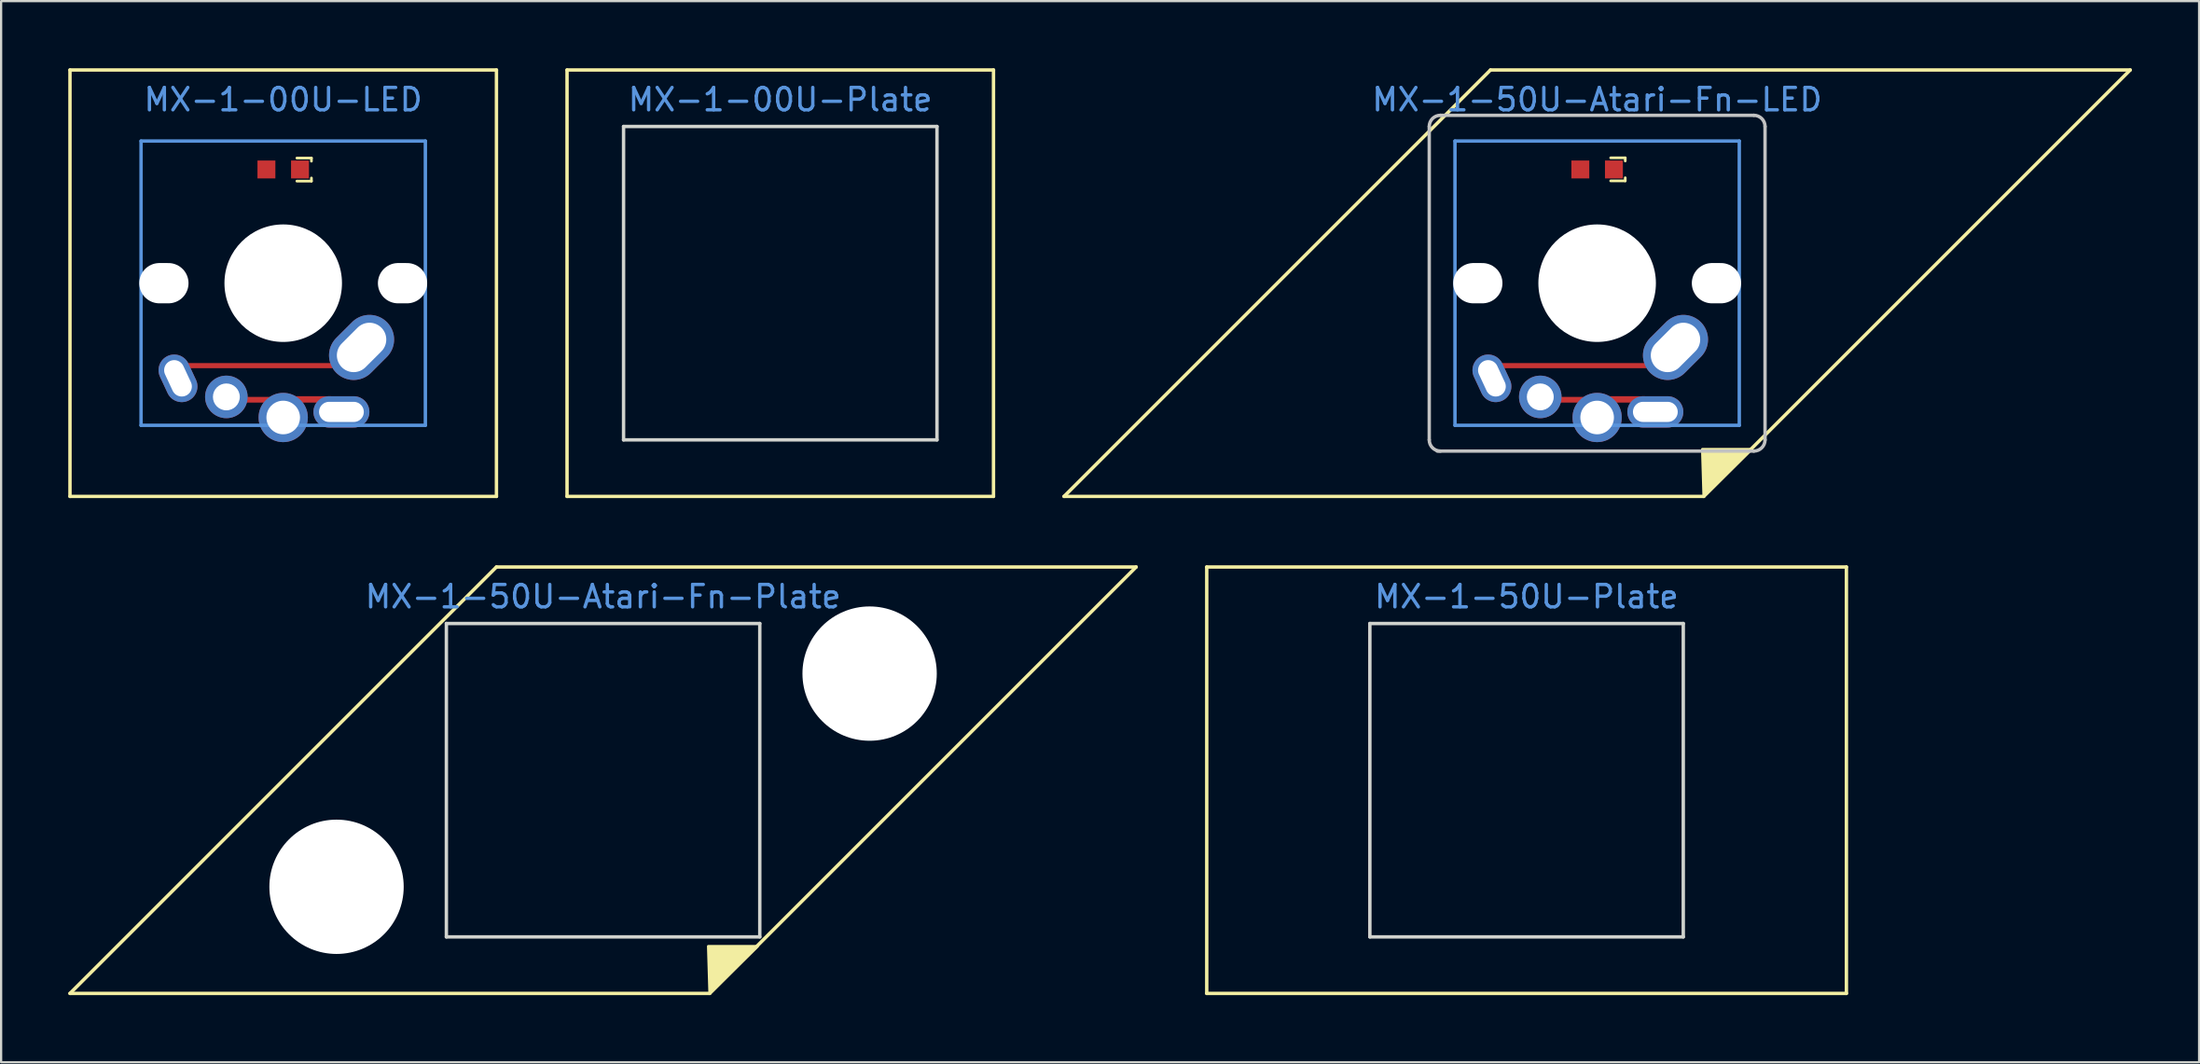
<source format=kicad_pcb>
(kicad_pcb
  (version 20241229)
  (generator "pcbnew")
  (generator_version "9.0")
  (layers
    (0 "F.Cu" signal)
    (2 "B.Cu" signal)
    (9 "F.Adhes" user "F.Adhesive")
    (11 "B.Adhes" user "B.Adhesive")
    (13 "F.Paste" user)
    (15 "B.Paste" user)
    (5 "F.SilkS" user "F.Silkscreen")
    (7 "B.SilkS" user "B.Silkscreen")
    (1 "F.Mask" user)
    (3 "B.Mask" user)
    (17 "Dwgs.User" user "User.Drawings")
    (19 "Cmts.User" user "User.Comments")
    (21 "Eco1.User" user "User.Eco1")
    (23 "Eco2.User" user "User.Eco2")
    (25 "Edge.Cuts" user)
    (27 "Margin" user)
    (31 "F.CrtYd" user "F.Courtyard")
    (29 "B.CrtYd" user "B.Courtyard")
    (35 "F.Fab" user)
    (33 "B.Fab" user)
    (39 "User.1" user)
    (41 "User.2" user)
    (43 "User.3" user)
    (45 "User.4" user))
  (footprint "MX-1-00U-Plate"
    (layer "F.Cu")
    (at 31.804 4.521)
    (property "Reference" "MX-1-00U-Plate" (at 0 -3.12 0) (layer "Cmts.User") (effects (font (size 1 1) (thickness 0.15))))
    (fp_line (start -9.525 -4.445) (end 9.525 -4.445) (stroke (width 0.152) (type solid)) (layer "F.SilkS"))
    (fp_line (start -9.525 14.605) (end -9.525 -4.445) (stroke (width 0.152) (type solid)) (layer "F.SilkS"))
    (fp_line (start 9.525 -4.445) (end 9.525 14.605) (stroke (width 0.152) (type solid)) (layer "F.SilkS"))
    (fp_line (start 9.525 14.605) (end -9.525 14.605) (stroke (width 0.152) (type solid)) (layer "F.SilkS"))
    (fp_line (start -7 -1.92) (end 7 -1.92) (stroke (width 0.152) (type solid)) (layer "Edge.Cuts"))
    (fp_line (start -7 12.08) (end -7 -1.92) (stroke (width 0.152) (type solid)) (layer "Edge.Cuts"))
    (fp_line (start 7 -1.92) (end 7 12.08) (stroke (width 0.152) (type solid)) (layer "Edge.Cuts"))
    (fp_line (start 7 12.08) (end -7 12.08) (stroke (width 0.152) (type solid)) (layer "Edge.Cuts")))
  (footprint "MX-1-50U-Atari-Fn-Plate"
    (layer "F.Cu")
    (at 23.889 26.724)
    (property "Reference" "MX-1-50U-Atari-Fn-Plate" (at 0 -3.12 0) (layer "Cmts.User") (effects (font (size 1 1) (thickness 0.15))))
    (fp_line (start -23.812 14.605) (end -4.763 -4.445) (stroke (width 0.152) (type solid)) (layer "F.SilkS"))
    (fp_line (start -4.763 -4.445) (end 23.812 -4.445) (stroke (width 0.152) (type solid)) (layer "F.SilkS"))
    (fp_line (start 4.763 14.605) (end -23.812 14.605) (stroke (width 0.152) (type solid)) (layer "F.SilkS"))
    (fp_line (start 23.812 -4.445) (end 4.763 14.605) (stroke (width 0.152) (type solid)) (layer "F.SilkS"))
    (fp_poly (pts (xy 4.763 14.605) (xy 4.7 12.5) (xy 6.9 12.5)) (stroke (width 0.12) (type solid)) (fill yes) (layer "F.SilkS"))
    (fp_line (start -7 -1.92) (end 7 -1.92) (stroke (width 0.152) (type solid)) (layer "Edge.Cuts"))
    (fp_line (start -7 12.08) (end -7 -1.92) (stroke (width 0.152) (type solid)) (layer "Edge.Cuts"))
    (fp_line (start 7 -1.92) (end 7 12.08) (stroke (width 0.152) (type solid)) (layer "Edge.Cuts"))
    (fp_line (start 7 12.08) (end -7 12.08) (stroke (width 0.152) (type solid)) (layer "Edge.Cuts"))
    (pad "" np_thru_hole circle (at -11.906 9.842) (size 6 6) (drill 6) (layers "*.Cu" "*.Mask"))
    (pad "" np_thru_hole circle (at 11.906 0.318) (size 6 6) (drill 6) (layers "*.Cu" "*.Mask")))
  (footprint "MX-1-50U-Plate"
    (layer "F.Cu")
    (at 65.141 26.724)
    (property "Reference" "MX-1-50U-Plate" (at 0 -3.12 0) (layer "Cmts.User") (effects (font (size 1 1) (thickness 0.15))))
    (fp_line (start -14.287 -4.445) (end 14.287 -4.445) (stroke (width 0.152) (type solid)) (layer "F.SilkS"))
    (fp_line (start -14.287 14.605) (end -14.287 -4.445) (stroke (width 0.152) (type solid)) (layer "F.SilkS"))
    (fp_line (start 14.287 -4.445) (end 14.287 14.605) (stroke (width 0.152) (type solid)) (layer "F.SilkS"))
    (fp_line (start 14.287 14.605) (end -14.287 14.605) (stroke (width 0.152) (type solid)) (layer "F.SilkS"))
    (fp_line (start -7 -1.92) (end 7 -1.92) (stroke (width 0.152) (type solid)) (layer "Edge.Cuts"))
    (fp_line (start -7 12.08) (end -7 -1.92) (stroke (width 0.152) (type solid)) (layer "Edge.Cuts"))
    (fp_line (start 7 -1.92) (end 7 12.08) (stroke (width 0.152) (type solid)) (layer "Edge.Cuts"))
    (fp_line (start 7 12.08) (end -7 12.08) (stroke (width 0.152) (type solid)) (layer "Edge.Cuts")))
  (footprint "MX-1-00U-LED"
    (layer "F.Cu")
    (at 9.601 4.521)
    (property "Reference" "MX-1-00U-LED" (at 0 -3.12 0) (layer "Cmts.User") (effects (font (size 1 1) (thickness 0.15))))
    (fp_line (start -9.525 -4.445) (end 9.525 -4.445) (stroke (width 0.152) (type solid)) (layer "F.SilkS"))
    (fp_line (start -9.525 14.605) (end -9.525 -4.445) (stroke (width 0.152) (type solid)) (layer "F.SilkS"))
    (fp_line (start 0.61 -0.51) (end 1.26 -0.51) (stroke (width 0.12) (type solid)) (layer "F.SilkS"))
    (fp_line (start 0.61 0.52) (end 1.26 0.52) (stroke (width 0.12) (type solid)) (layer "F.SilkS"))
    (fp_line (start 1.26 -0.51) (end 1.26 -0.37) (stroke (width 0.12) (type solid)) (layer "F.SilkS"))
    (fp_line (start 1.26 0.52) (end 1.26 0.38) (stroke (width 0.12) (type solid)) (layer "F.SilkS"))
    (fp_line (start 9.525 -4.445) (end 9.525 14.605) (stroke (width 0.152) (type solid)) (layer "F.SilkS"))
    (fp_line (start 9.525 14.605) (end -9.525 14.605) (stroke (width 0.152) (type solid)) (layer "F.SilkS"))
    (fp_line (start -6.35 -1.27) (end 6.35 -1.27) (stroke (width 0.152) (type solid)) (layer "Cmts.User"))
    (fp_line (start -6.35 11.43) (end -6.35 -1.27) (stroke (width 0.152) (type solid)) (layer "Cmts.User"))
    (fp_line (start 6.35 -1.27) (end 6.35 11.43) (stroke (width 0.152) (type solid)) (layer "Cmts.User"))
    (fp_line (start 6.35 11.43) (end -6.35 11.43) (stroke (width 0.152) (type solid)) (layer "Cmts.User"))
    (fp_line (start -7.798 -0.925) (end -6.985 -0.925) (stroke (width 0.152) (type solid)) (layer "Eco2.User"))
    (fp_line (start -7.798 2.576) (end -7.798 -0.925) (stroke (width 0.152) (type solid)) (layer "Eco2.User"))
    (fp_line (start -7.798 7.584) (end -6.985 7.584) (stroke (width 0.152) (type solid)) (layer "Eco2.User"))
    (fp_line (start -7.798 11.085) (end -7.798 7.584) (stroke (width 0.152) (type solid)) (layer "Eco2.User"))
    (fp_line (start -6.985 -1.905) (end 6.985 -1.905) (stroke (width 0.152) (type solid)) (layer "Eco2.User"))
    (fp_line (start -6.985 -0.925) (end -6.985 -1.905) (stroke (width 0.152) (type solid)) (layer "Eco2.User"))
    (fp_line (start -6.985 2.576) (end -7.798 2.576) (stroke (width 0.152) (type solid)) (layer "Eco2.User"))
    (fp_line (start -6.985 7.584) (end -6.985 2.576) (stroke (width 0.152) (type solid)) (layer "Eco2.User"))
    (fp_line (start -6.985 11.085) (end -7.798 11.085) (stroke (width 0.152) (type solid)) (layer "Eco2.User"))
    (fp_line (start -6.985 12.065) (end -6.985 11.085) (stroke (width 0.152) (type solid)) (layer "Eco2.User"))
    (fp_line (start 6.985 -1.905) (end 6.985 -0.925) (stroke (width 0.152) (type solid)) (layer "Eco2.User"))
    (fp_line (start 6.985 -0.925) (end 7.798 -0.925) (stroke (width 0.152) (type solid)) (layer "Eco2.User"))
    (fp_line (start 6.985 2.576) (end 6.985 7.584) (stroke (width 0.152) (type solid)) (layer "Eco2.User"))
    (fp_line (start 6.985 7.584) (end 7.798 7.584) (stroke (width 0.152) (type solid)) (layer "Eco2.User"))
    (fp_line (start 6.985 11.085) (end 6.985 12.065) (stroke (width 0.152) (type solid)) (layer "Eco2.User"))
    (fp_line (start 6.985 12.065) (end -6.985 12.065) (stroke (width 0.152) (type solid)) (layer "Eco2.User"))
    (fp_line (start 7.798 -0.925) (end 7.798 2.576) (stroke (width 0.152) (type solid)) (layer "Eco2.User"))
    (fp_line (start 7.798 2.576) (end 6.985 2.576) (stroke (width 0.152) (type solid)) (layer "Eco2.User"))
    (fp_line (start 7.798 7.584) (end 7.798 11.085) (stroke (width 0.152) (type solid)) (layer "Eco2.User"))
    (fp_line (start 7.798 11.085) (end 6.985 11.085) (stroke (width 0.152) (type solid)) (layer "Eco2.User"))
    (pad "" np_thru_hole oval (at -5.33 5.08 270) (size 1.8 2.2) (drill oval 1.8 2.2) (layers "*.Cu" "*.Mask"))
    (pad "" np_thru_hole circle (at 0 5.08 180) (size 5.25 5.25) (drill 5.25) (layers "*.Cu" "*.Mask"))
    (pad "" np_thru_hole oval (at 5.33 5.08 270) (size 1.8 2.2) (drill oval 1.8 2.2) (layers "*.Cu" "*.Mask"))
    (pad "1" thru_hole oval (at -4.7 9.33 205) (size 1.4 2.2) (drill oval 0.9 1.7) (layers "*.Cu" "*.Mask"))
    (pad "1" smd rect (at -1.219 8.763 270) (size 0.229 6.833) (layers "F.Cu" "F.Mask" "F.Paste"))
    (pad "1" thru_hole oval (at 3.5 7.95 225) (size 3.2 2.2) (drill oval 2.5 1.5) (layers "*.Cu" "*.Mask"))
    (pad "2" thru_hole circle (at -2.54 10.16 90) (size 1.9 1.9) (drill 1.2) (layers "*.Cu" "*.Mask"))
    (pad "2" smd rect (at -1.27 10.287 270) (size 0.254 1.312) (layers "F.Cu" "F.Mask" "F.Paste"))
    (pad "2" thru_hole circle (at 0 11.08 90) (size 2.2 2.2) (drill 1.5) (layers "*.Cu" "*.Mask"))
    (pad "2" smd rect (at 1.26 10.272 270) (size 0.284 1.758) (layers "F.Cu" "F.Mask" "F.Paste"))
    (pad "2" thru_hole oval (at 2.6 10.83 270) (size 1.4 2.5) (drill oval 0.9 2) (layers "*.Cu" "*.Mask"))
    (pad "3" smd rect (at 0.75 0 90) (size 0.8 0.8) (layers "F.Cu" "F.Mask" "F.Paste"))
    (pad "4" smd rect (at -0.75 0 90) (size 0.8 0.8) (layers "F.Cu" "F.Mask" "F.Paste")))
  (footprint "MX-1-50U-Atari-Fn-LED"
    (layer "F.Cu")
    (at 68.293 4.521)
    (property "Reference" "MX-1-50U-Atari-Fn-LED" (at 0 -3.12 0) (layer "Cmts.User") (effects (font (size 1 1) (thickness 0.15))))
    (fp_line (start -23.812 14.605) (end -4.763 -4.445) (stroke (width 0.152) (type solid)) (layer "F.SilkS"))
    (fp_line (start -4.763 -4.445) (end 23.812 -4.445) (stroke (width 0.152) (type solid)) (layer "F.SilkS"))
    (fp_line (start 0.605 -0.52) (end 1.255 -0.52) (stroke (width 0.12) (type solid)) (layer "F.SilkS"))
    (fp_line (start 0.605 0.51) (end 1.255 0.51) (stroke (width 0.12) (type solid)) (layer "F.SilkS"))
    (fp_line (start 1.255 -0.52) (end 1.255 -0.38) (stroke (width 0.12) (type solid)) (layer "F.SilkS"))
    (fp_line (start 1.255 0.51) (end 1.255 0.37) (stroke (width 0.12) (type solid)) (layer "F.SilkS"))
    (fp_line (start 4.763 14.605) (end -23.812 14.605) (stroke (width 0.152) (type solid)) (layer "F.SilkS"))
    (fp_line (start 23.812 -4.445) (end 4.763 14.605) (stroke (width 0.152) (type solid)) (layer "F.SilkS"))
    (fp_poly (pts (xy 4.763 14.605) (xy 4.7 12.5) (xy 6.9 12.5)) (stroke (width 0.12) (type solid)) (fill yes) (layer "F.SilkS"))
    (fp_line (start -7.5 -1.92) (end -7.5 12.08) (stroke (width 0.15) (type solid)) (layer "Dwgs.User"))
    (fp_line (start -7 -2.42) (end 7 -2.42) (stroke (width 0.15) (type solid)) (layer "Dwgs.User"))
    (fp_line (start 7 12.58) (end -7.144 12.58) (stroke (width 0.15) (type solid)) (layer "Dwgs.User"))
    (fp_line (start 7.5 -1.92) (end 7.5 12.08) (stroke (width 0.15) (type solid)) (layer "Dwgs.User"))
    (fp_arc (start -7.5 -1.92) (mid -7.353553 -2.273553) (end -7 -2.42) (stroke (width 0.15) (type solid)) (layer "Dwgs.User"))
    (fp_arc (start -7 12.58) (mid -7.353553 12.433553) (end -7.5 12.08) (stroke (width 0.15) (type solid)) (layer "Dwgs.User"))
    (fp_arc (start 7 -2.42) (mid 7.353553 -2.273553) (end 7.5 -1.92) (stroke (width 0.15) (type solid)) (layer "Dwgs.User"))
    (fp_arc (start 7.5 12.08) (mid 7.353553 12.433553) (end 7 12.58) (stroke (width 0.15) (type solid)) (layer "Dwgs.User"))
    (fp_line (start -6.35 -1.27) (end 6.35 -1.27) (stroke (width 0.152) (type solid)) (layer "Cmts.User"))
    (fp_line (start -6.35 11.43) (end -6.35 -1.27) (stroke (width 0.152) (type solid)) (layer "Cmts.User"))
    (fp_line (start 6.35 -1.27) (end 6.35 11.43) (stroke (width 0.152) (type solid)) (layer "Cmts.User"))
    (fp_line (start 6.35 11.43) (end -6.35 11.43) (stroke (width 0.152) (type solid)) (layer "Cmts.User"))
    (fp_line (start -7.798 -0.925) (end -6.985 -0.925) (stroke (width 0.152) (type solid)) (layer "Eco2.User"))
    (fp_line (start -7.798 2.576) (end -7.798 -0.925) (stroke (width 0.152) (type solid)) (layer "Eco2.User"))
    (fp_line (start -7.798 7.584) (end -6.985 7.584) (stroke (width 0.152) (type solid)) (layer "Eco2.User"))
    (fp_line (start -7.798 11.085) (end -7.798 7.584) (stroke (width 0.152) (type solid)) (layer "Eco2.User"))
    (fp_line (start -6.985 -1.905) (end 6.985 -1.905) (stroke (width 0.152) (type solid)) (layer "Eco2.User"))
    (fp_line (start -6.985 -0.925) (end -6.985 -1.905) (stroke (width 0.152) (type solid)) (layer "Eco2.User"))
    (fp_line (start -6.985 2.576) (end -7.798 2.576) (stroke (width 0.152) (type solid)) (layer "Eco2.User"))
    (fp_line (start -6.985 7.584) (end -6.985 2.576) (stroke (width 0.152) (type solid)) (layer "Eco2.User"))
    (fp_line (start -6.985 11.085) (end -7.798 11.085) (stroke (width 0.152) (type solid)) (layer "Eco2.User"))
    (fp_line (start -6.985 12.065) (end -6.985 11.085) (stroke (width 0.152) (type solid)) (layer "Eco2.User"))
    (fp_line (start 6.985 -1.905) (end 6.985 -0.925) (stroke (width 0.152) (type solid)) (layer "Eco2.User"))
    (fp_line (start 6.985 -0.925) (end 7.798 -0.925) (stroke (width 0.152) (type solid)) (layer "Eco2.User"))
    (fp_line (start 6.985 2.576) (end 6.985 7.584) (stroke (width 0.152) (type solid)) (layer "Eco2.User"))
    (fp_line (start 6.985 7.584) (end 7.798 7.584) (stroke (width 0.152) (type solid)) (layer "Eco2.User"))
    (fp_line (start 6.985 11.085) (end 6.985 12.065) (stroke (width 0.152) (type solid)) (layer "Eco2.User"))
    (fp_line (start 6.985 12.065) (end -6.985 12.065) (stroke (width 0.152) (type solid)) (layer "Eco2.User"))
    (fp_line (start 7.798 -0.925) (end 7.798 2.576) (stroke (width 0.152) (type solid)) (layer "Eco2.User"))
    (fp_line (start 7.798 2.576) (end 6.985 2.576) (stroke (width 0.152) (type solid)) (layer "Eco2.User"))
    (fp_line (start 7.798 7.584) (end 7.798 11.085) (stroke (width 0.152) (type solid)) (layer "Eco2.User"))
    (fp_line (start 7.798 11.085) (end 6.985 11.085) (stroke (width 0.152) (type solid)) (layer "Eco2.User"))
    (pad "" np_thru_hole oval (at -5.33 5.08 270) (size 1.8 2.2) (drill oval 1.8 2.2) (layers "*.Cu" "*.Mask"))
    (pad "" np_thru_hole circle (at 0 5.08 180) (size 5.25 5.25) (drill 5.25) (layers "*.Cu" "*.Mask"))
    (pad "" np_thru_hole oval (at 5.33 5.08 270) (size 1.8 2.2) (drill oval 1.8 2.2) (layers "*.Cu" "*.Mask"))
    (pad "1" thru_hole oval (at -4.7 9.33 205) (size 1.4 2.2) (drill oval 0.9 1.7) (layers "*.Cu" "*.Mask"))
    (pad "1" smd rect (at -1.219 8.763 270) (size 0.229 6.833) (layers "F.Cu" "F.Mask" "F.Paste"))
    (pad "1" thru_hole oval (at 3.5 7.95 225) (size 3.2 2.2) (drill oval 2.5 1.5) (layers "*.Cu" "*.Mask"))
    (pad "2" thru_hole circle (at -2.54 10.16 90) (size 1.9 1.9) (drill 1.2) (layers "*.Cu" "*.Mask"))
    (pad "2" smd rect (at -1.27 10.287 270) (size 0.254 1.312) (layers "F.Cu" "F.Mask" "F.Paste"))
    (pad "2" thru_hole circle (at 0 11.08 90) (size 2.2 2.2) (drill 1.5) (layers "*.Cu" "*.Mask"))
    (pad "2" smd rect (at 1.26 10.272 270) (size 0.284 1.758) (layers "F.Cu" "F.Mask" "F.Paste"))
    (pad "2" thru_hole oval (at 2.6 10.83 270) (size 1.4 2.5) (drill oval 0.9 2) (layers "*.Cu" "*.Mask"))
    (pad "3" smd rect (at 0.75 0 90) (size 0.8 0.8) (layers "F.Cu" "F.Mask" "F.Paste"))
    (pad "4" smd rect (at -0.75 0 90) (size 0.8 0.8) (layers "F.Cu" "F.Mask" "F.Paste")))
  (gr_rect
    (start -3 -3)
    (end 95.182 44.405)
    (stroke (width 0.1) (type default))
    (fill no)
    (layer "Edge.Cuts")))
</source>
